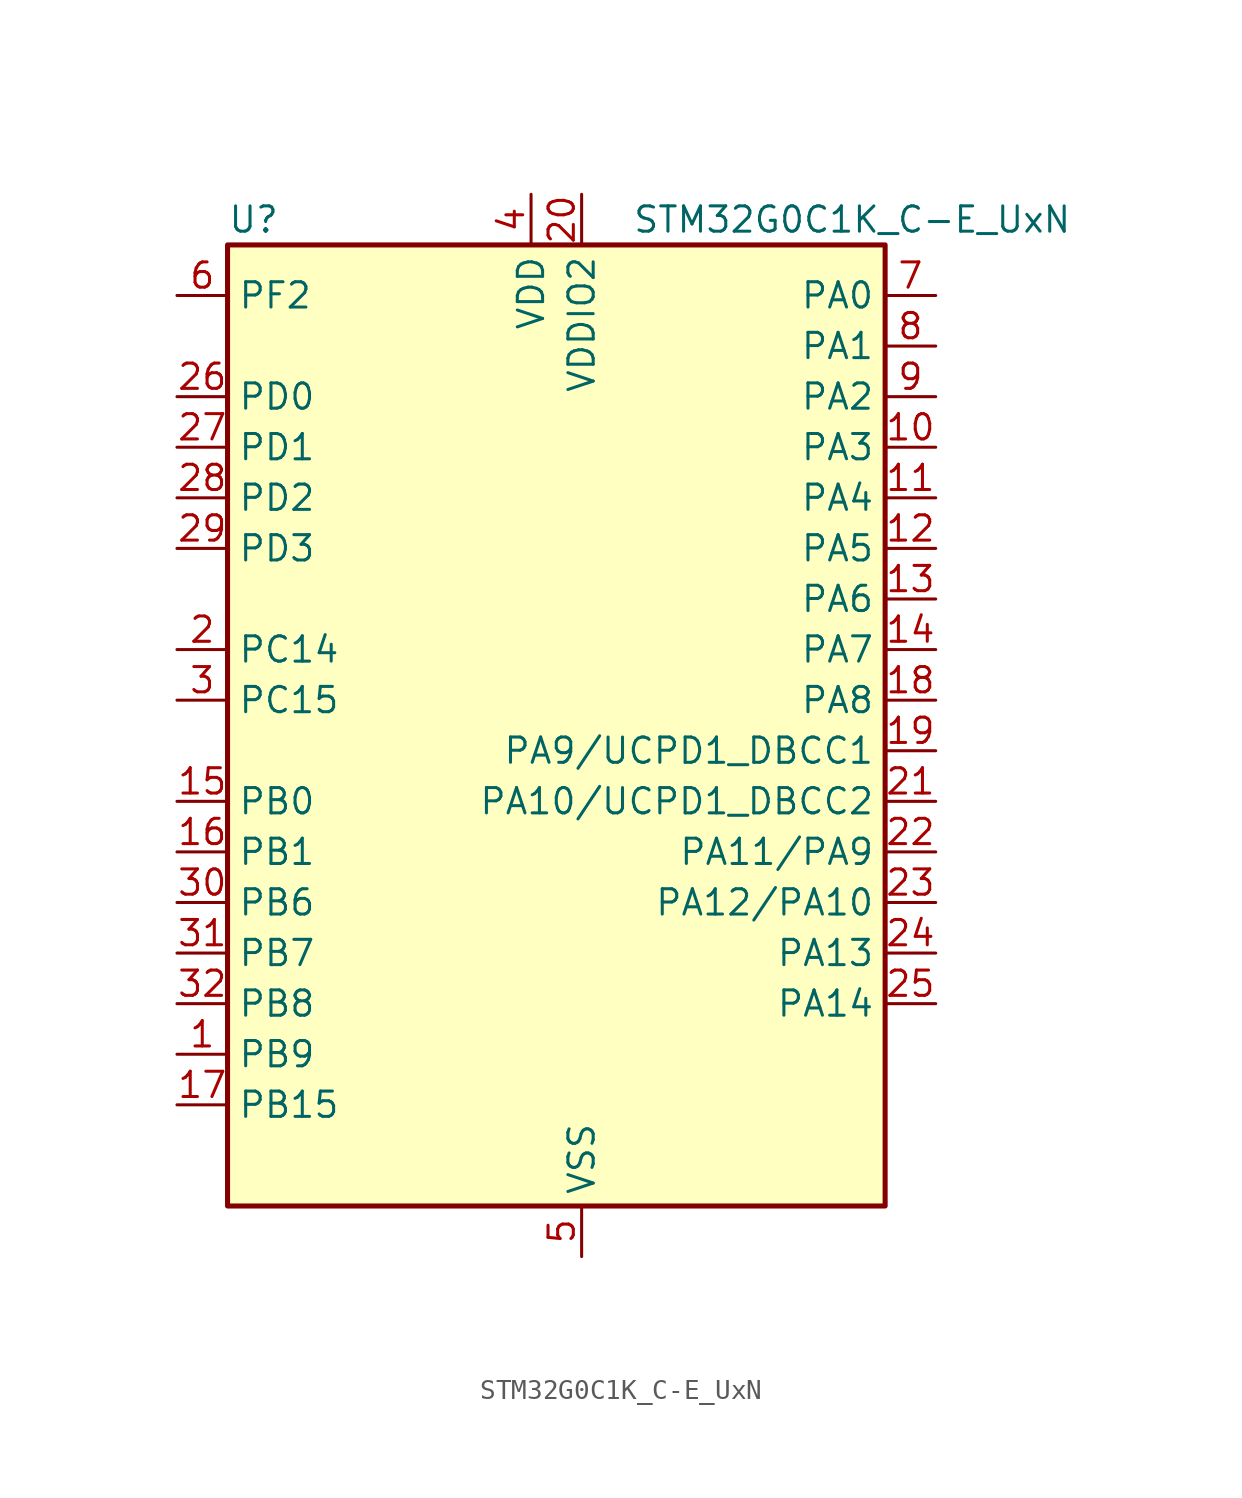
<source format=kicad_sym>
(kicad_symbol_lib
  (version 20211014)
  (generator kicad-library-utils)
  (symbol "STM32G0C1K_C-E_UxN"
    (property "Reference" "U"
      (at -15.24 26.67 0)
      (effects (font (size 1.27 1.27)) (justify left)))
    (property "Value" "STM32G0C1K_C-E_UxN"
      (at 5.08 26.67 0)
      (effects (font (size 1.27 1.27)) (justify left)))
    (property "ki_fp_filters" "QFN*1EP*5x5mm*P0.5mm*"
      (at 0.0 0.0 0.0)
      (effects (font (size 1.27 1.27))))
    (symbol "STM32G0C1K_C-E_UxN_0_1"
      (rectangle (start -15.24 -22.86) (end 17.78 25.4) (stroke (width 0.254)) (fill (type background))))
    (symbol "STM32G0C1K_C-E_UxN_1_1"
      (pin bidirectional line (at -17.78 22.86 0) (length 2.54) (name "PF2" (effects (font (size 1.27 1.27)))) (number "6" (effects (font (size 1.27 1.27)))) (alternate "LPUART2_DE" bidirectional line) (alternate "LPUART2_RTS" bidirectional line) (alternate "LPUART2_TX" bidirectional line) (alternate "RCC_MCO" bidirectional line))
      (pin bidirectional line (at -17.78 17.78 0) (length 2.54) (name "PD0" (effects (font (size 1.27 1.27)))) (number "26" (effects (font (size 1.27 1.27)))) (alternate "FDCAN1_RX" bidirectional line) (alternate "I2S2_WS" bidirectional line) (alternate "SPI2_NSS" bidirectional line) (alternate "TIM16_CH1" bidirectional line) (alternate "UCPD2_CC1" bidirectional line))
      (pin bidirectional line (at -17.78 15.24 0) (length 2.54) (name "PD1" (effects (font (size 1.27 1.27)))) (number "27" (effects (font (size 1.27 1.27)))) (alternate "FDCAN1_TX" bidirectional line) (alternate "I2S2_CK" bidirectional line) (alternate "SPI2_SCK" bidirectional line) (alternate "TIM17_CH1" bidirectional line) (alternate "UCPD2_DBCC1" bidirectional line))
      (pin bidirectional line (at -17.78 12.7 0) (length 2.54) (name "PD2" (effects (font (size 1.27 1.27)))) (number "28" (effects (font (size 1.27 1.27)))) (alternate "TIM1_CH1N" bidirectional line) (alternate "TIM3_ETR" bidirectional line) (alternate "UCPD2_CC2" bidirectional line) (alternate "USART3_CK" bidirectional line) (alternate "USART3_DE" bidirectional line) (alternate "USART3_RTS" bidirectional line) (alternate "USART5_RX" bidirectional line))
      (pin bidirectional line (at -17.78 10.16 0) (length 2.54) (name "PD3" (effects (font (size 1.27 1.27)))) (number "29" (effects (font (size 1.27 1.27)))) (alternate "I2S2_MCK" bidirectional line) (alternate "SPI2_MISO" bidirectional line) (alternate "TIM1_CH2N" bidirectional line) (alternate "UCPD2_DBCC2" bidirectional line) (alternate "USART2_CTS" bidirectional line) (alternate "USART2_NSS" bidirectional line) (alternate "USART5_TX" bidirectional line))
      (pin bidirectional line (at -17.78 5.08 0) (length 2.54) (name "PC14" (effects (font (size 1.27 1.27)))) (number "2" (effects (font (size 1.27 1.27)))) (alternate "RCC_OSC32_IN" bidirectional line) (alternate "RCC_OSC_IN" bidirectional line) (alternate "TIM1_BK2" bidirectional line))
      (pin bidirectional line (at -17.78 2.54 0) (length 2.54) (name "PC15" (effects (font (size 1.27 1.27)))) (number "3" (effects (font (size 1.27 1.27)))) (alternate "RCC_OSC32_EN" bidirectional line) (alternate "RCC_OSC32_OUT" bidirectional line) (alternate "RCC_OSC_EN" bidirectional line) (alternate "TIM15_BK" bidirectional line))
      (pin bidirectional line (at -17.78 -2.54 0) (length 2.54) (name "PB0" (effects (font (size 1.27 1.27)))) (number "15" (effects (font (size 1.27 1.27)))) (alternate "ADC1_IN8" bidirectional line) (alternate "COMP1_OUT" bidirectional line) (alternate "COMP3_INP" bidirectional line) (alternate "FDCAN2_RX" bidirectional line) (alternate "I2S1_WS" bidirectional line) (alternate "LPTIM1_OUT" bidirectional line) (alternate "LPUART2_CTS" bidirectional line) (alternate "SPI1_NSS" bidirectional line) (alternate "TIM1_CH2N" bidirectional line) (alternate "TIM3_CH3" bidirectional line) (alternate "UCPD1_FRSTX1" bidirectional line) (alternate "UCPD1_FRSTX2" bidirectional line) (alternate "USART3_RX" bidirectional line) (alternate "USART5_TX" bidirectional line))
      (pin bidirectional line (at -17.78 -5.08 0) (length 2.54) (name "PB1" (effects (font (size 1.27 1.27)))) (number "16" (effects (font (size 1.27 1.27)))) (alternate "ADC1_IN9" bidirectional line) (alternate "COMP1_INM" bidirectional line) (alternate "COMP3_OUT" bidirectional line) (alternate "FDCAN2_TX" bidirectional line) (alternate "LPTIM2_IN1" bidirectional line) (alternate "LPUART1_DE" bidirectional line) (alternate "LPUART1_RTS" bidirectional line) (alternate "LPUART2_DE" bidirectional line) (alternate "LPUART2_RTS" bidirectional line) (alternate "TIM14_CH1" bidirectional line) (alternate "TIM1_CH3N" bidirectional line) (alternate "TIM3_CH4" bidirectional line) (alternate "USART3_CK" bidirectional line) (alternate "USART3_DE" bidirectional line) (alternate "USART3_RTS" bidirectional line) (alternate "USART5_RX" bidirectional line))
      (pin bidirectional line (at -17.78 -7.62 0) (length 2.54) (name "PB6" (effects (font (size 1.27 1.27)))) (number "30" (effects (font (size 1.27 1.27)))) (alternate "COMP2_INP" bidirectional line) (alternate "FDCAN2_TX" bidirectional line) (alternate "I2C1_SCL" bidirectional line) (alternate "I2S2_MCK" bidirectional line) (alternate "LPTIM1_ETR" bidirectional line) (alternate "LPUART2_TX" bidirectional line) (alternate "SPI2_MISO" bidirectional line) (alternate "TIM16_CH1N" bidirectional line) (alternate "TIM1_CH3" bidirectional line) (alternate "TIM4_CH1" bidirectional line) (alternate "USART1_TX" bidirectional line) (alternate "USART5_CTS" bidirectional line) (alternate "USART5_NSS" bidirectional line))
      (pin bidirectional line (at -17.78 -10.16 0) (length 2.54) (name "PB7" (effects (font (size 1.27 1.27)))) (number "31" (effects (font (size 1.27 1.27)))) (alternate "COMP2_INM" bidirectional line) (alternate "I2C1_SDA" bidirectional line) (alternate "I2S2_SD" bidirectional line) (alternate "LPTIM1_IN2" bidirectional line) (alternate "LPUART2_RX" bidirectional line) (alternate "SPI2_MOSI" bidirectional line) (alternate "SYS_PVD_IN" bidirectional line) (alternate "TIM17_CH1N" bidirectional line) (alternate "TIM4_CH2" bidirectional line) (alternate "USART1_RX" bidirectional line) (alternate "USART4_CTS" bidirectional line) (alternate "USART4_NSS" bidirectional line))
      (pin bidirectional line (at -17.78 -12.7 0) (length 2.54) (name "PB8" (effects (font (size 1.27 1.27)))) (number "32" (effects (font (size 1.27 1.27)))) (alternate "CEC" bidirectional line) (alternate "FDCAN1_RX" bidirectional line) (alternate "I2C1_SCL" bidirectional line) (alternate "I2S2_CK" bidirectional line) (alternate "SPI2_SCK" bidirectional line) (alternate "TIM15_BK" bidirectional line) (alternate "TIM16_CH1" bidirectional line) (alternate "TIM4_CH3" bidirectional line) (alternate "USART3_TX" bidirectional line) (alternate "USART6_TX" bidirectional line))
      (pin bidirectional line (at -17.78 -15.24 0) (length 2.54) (name "PB9" (effects (font (size 1.27 1.27)))) (number "1" (effects (font (size 1.27 1.27)))) (alternate "DAC1_EXTI9" bidirectional line) (alternate "FDCAN1_TX" bidirectional line) (alternate "I2C1_SDA" bidirectional line) (alternate "I2S2_WS" bidirectional line) (alternate "IR_OUT" bidirectional line) (alternate "SPI2_NSS" bidirectional line) (alternate "TIM17_CH1" bidirectional line) (alternate "TIM4_CH4" bidirectional line) (alternate "UCPD2_FRSTX1" bidirectional line) (alternate "UCPD2_FRSTX2" bidirectional line) (alternate "USART3_RX" bidirectional line) (alternate "USART6_RX" bidirectional line))
      (pin bidirectional line (at -17.78 -17.78 0) (length 2.54) (name "PB15" (effects (font (size 1.27 1.27)))) (number "17" (effects (font (size 1.27 1.27)))) (alternate "I2S2_SD" bidirectional line) (alternate "RTC_REFIN" bidirectional line) (alternate "SPI2_MOSI" bidirectional line) (alternate "TIM15_CH1N" bidirectional line) (alternate "TIM15_CH2" bidirectional line) (alternate "TIM1_CH3N" bidirectional line) (alternate "UCPD1_CC2" bidirectional line) (alternate "USART6_CTS" bidirectional line) (alternate "USART6_NSS" bidirectional line))
      (pin bidirectional line (at 20.32 22.86 180) (length 2.54) (name "PA0" (effects (font (size 1.27 1.27)))) (number "7" (effects (font (size 1.27 1.27)))) (alternate "ADC1_IN0" bidirectional line) (alternate "COMP1_INM" bidirectional line) (alternate "COMP1_OUT" bidirectional line) (alternate "I2S2_CK" bidirectional line) (alternate "LPTIM1_OUT" bidirectional line) (alternate "RTC_TAMP_IN2" bidirectional line) (alternate "SPI2_SCK" bidirectional line) (alternate "SYS_WKUP1" bidirectional line) (alternate "TIM2_CH1" bidirectional line) (alternate "TIM2_ETR" bidirectional line) (alternate "UCPD2_FRSTX1" bidirectional line) (alternate "UCPD2_FRSTX2" bidirectional line) (alternate "USART2_CTS" bidirectional line) (alternate "USART2_NSS" bidirectional line) (alternate "USART4_TX" bidirectional line))
      (pin bidirectional line (at 20.32 20.32 180) (length 2.54) (name "PA1" (effects (font (size 1.27 1.27)))) (number "8" (effects (font (size 1.27 1.27)))) (alternate "ADC1_IN1" bidirectional line) (alternate "COMP1_INP" bidirectional line) (alternate "I2C1_SMBA" bidirectional line) (alternate "I2S1_CK" bidirectional line) (alternate "SPI1_SCK" bidirectional line) (alternate "TIM15_CH1N" bidirectional line) (alternate "TIM2_CH2" bidirectional line) (alternate "USART2_CK" bidirectional line) (alternate "USART2_DE" bidirectional line) (alternate "USART2_RTS" bidirectional line) (alternate "USART4_RX" bidirectional line))
      (pin bidirectional line (at 20.32 17.78 180) (length 2.54) (name "PA2" (effects (font (size 1.27 1.27)))) (number "9" (effects (font (size 1.27 1.27)))) (alternate "ADC1_IN2" bidirectional line) (alternate "COMP2_INM" bidirectional line) (alternate "COMP2_OUT" bidirectional line) (alternate "I2S1_SD" bidirectional line) (alternate "LPUART1_TX" bidirectional line) (alternate "RCC_LSCO" bidirectional line) (alternate "SPI1_MOSI" bidirectional line) (alternate "SYS_WKUP4" bidirectional line) (alternate "TIM15_CH1" bidirectional line) (alternate "TIM2_CH3" bidirectional line) (alternate "UCPD1_FRSTX1" bidirectional line) (alternate "UCPD1_FRSTX2" bidirectional line) (alternate "USART2_TX" bidirectional line))
      (pin bidirectional line (at 20.32 15.24 180) (length 2.54) (name "PA3" (effects (font (size 1.27 1.27)))) (number "10" (effects (font (size 1.27 1.27)))) (alternate "ADC1_IN3" bidirectional line) (alternate "COMP2_INP" bidirectional line) (alternate "I2S2_MCK" bidirectional line) (alternate "LPUART1_RX" bidirectional line) (alternate "SPI2_MISO" bidirectional line) (alternate "TIM15_CH2" bidirectional line) (alternate "TIM2_CH4" bidirectional line) (alternate "UCPD2_FRSTX1" bidirectional line) (alternate "UCPD2_FRSTX2" bidirectional line) (alternate "USART2_RX" bidirectional line))
      (pin bidirectional line (at 20.32 12.7 180) (length 2.54) (name "PA4" (effects (font (size 1.27 1.27)))) (number "11" (effects (font (size 1.27 1.27)))) (alternate "ADC1_IN4" bidirectional line) (alternate "DAC1_OUT1" bidirectional line) (alternate "I2S1_WS" bidirectional line) (alternate "I2S2_SD" bidirectional line) (alternate "LPTIM2_OUT" bidirectional line) (alternate "RTC_OUT1" bidirectional line) (alternate "RTC_TAMP_IN1" bidirectional line) (alternate "RTC_TS" bidirectional line) (alternate "SPI1_NSS" bidirectional line) (alternate "SPI2_MOSI" bidirectional line) (alternate "SYS_WKUP2" bidirectional line) (alternate "TIM14_CH1" bidirectional line) (alternate "UCPD2_FRSTX1" bidirectional line) (alternate "UCPD2_FRSTX2" bidirectional line) (alternate "USART6_TX" bidirectional line) (alternate "USB_NOE" bidirectional line))
      (pin bidirectional line (at 20.32 10.16 180) (length 2.54) (name "PA5" (effects (font (size 1.27 1.27)))) (number "12" (effects (font (size 1.27 1.27)))) (alternate "ADC1_IN5" bidirectional line) (alternate "CEC" bidirectional line) (alternate "DAC1_OUT2" bidirectional line) (alternate "I2S1_CK" bidirectional line) (alternate "LPTIM2_ETR" bidirectional line) (alternate "SPI1_SCK" bidirectional line) (alternate "TIM2_CH1" bidirectional line) (alternate "TIM2_ETR" bidirectional line) (alternate "UCPD1_FRSTX1" bidirectional line) (alternate "UCPD1_FRSTX2" bidirectional line) (alternate "USART3_TX" bidirectional line) (alternate "USART6_RX" bidirectional line))
      (pin bidirectional line (at 20.32 7.62 180) (length 2.54) (name "PA6" (effects (font (size 1.27 1.27)))) (number "13" (effects (font (size 1.27 1.27)))) (alternate "ADC1_IN6" bidirectional line) (alternate "COMP1_OUT" bidirectional line) (alternate "I2C2_SDA" bidirectional line) (alternate "I2C3_SDA" bidirectional line) (alternate "I2S1_MCK" bidirectional line) (alternate "LPUART1_CTS" bidirectional line) (alternate "SPI1_MISO" bidirectional line) (alternate "TIM16_CH1" bidirectional line) (alternate "TIM1_BK" bidirectional line) (alternate "TIM3_CH1" bidirectional line) (alternate "USART3_CTS" bidirectional line) (alternate "USART3_NSS" bidirectional line) (alternate "USART6_CTS" bidirectional line) (alternate "USART6_NSS" bidirectional line))
      (pin bidirectional line (at 20.32 5.08 180) (length 2.54) (name "PA7" (effects (font (size 1.27 1.27)))) (number "14" (effects (font (size 1.27 1.27)))) (alternate "ADC1_IN7" bidirectional line) (alternate "COMP2_OUT" bidirectional line) (alternate "I2C2_SCL" bidirectional line) (alternate "I2C3_SCL" bidirectional line) (alternate "I2S1_SD" bidirectional line) (alternate "SPI1_MOSI" bidirectional line) (alternate "TIM14_CH1" bidirectional line) (alternate "TIM17_CH1" bidirectional line) (alternate "TIM1_CH1N" bidirectional line) (alternate "TIM3_CH2" bidirectional line) (alternate "UCPD1_FRSTX1" bidirectional line) (alternate "UCPD1_FRSTX2" bidirectional line) (alternate "USART6_CK" bidirectional line) (alternate "USART6_DE" bidirectional line) (alternate "USART6_RTS" bidirectional line))
      (pin bidirectional line (at 20.32 2.54 180) (length 2.54) (name "PA8" (effects (font (size 1.27 1.27)))) (number "18" (effects (font (size 1.27 1.27)))) (alternate "CRS1_SYNC" bidirectional line) (alternate "I2C2_SMBA" bidirectional line) (alternate "I2S2_WS" bidirectional line) (alternate "LPTIM2_OUT" bidirectional line) (alternate "RCC_MCO" bidirectional line) (alternate "SPI2_NSS" bidirectional line) (alternate "TIM1_CH1" bidirectional line) (alternate "UCPD1_CC1" bidirectional line))
      (pin bidirectional line (at 20.32 0.0 180) (length 2.54) (name "PA9/UCPD1_DBCC1" (effects (font (size 1.27 1.27)))) (number "19" (effects (font (size 1.27 1.27)))) (alternate "DAC1_EXTI9" bidirectional line) (alternate "I2C1_SCL" bidirectional line) (alternate "I2C2_SCL" bidirectional line) (alternate "I2S2_MCK" bidirectional line) (alternate "RCC_MCO" bidirectional line) (alternate "SPI2_MISO" bidirectional line) (alternate "TIM15_BK" bidirectional line) (alternate "TIM1_CH2" bidirectional line) (alternate "UCPD1_DBCC1" bidirectional line) (alternate "USART1_TX" bidirectional line))
      (pin bidirectional line (at 20.32 -2.54 180) (length 2.54) (name "PA10/UCPD1_DBCC2" (effects (font (size 1.27 1.27)))) (number "21" (effects (font (size 1.27 1.27)))) (alternate "I2C1_SDA" bidirectional line) (alternate "I2C2_SDA" bidirectional line) (alternate "I2S2_SD" bidirectional line) (alternate "RCC_MCO_2" bidirectional line) (alternate "SPI2_MOSI" bidirectional line) (alternate "TIM17_BK" bidirectional line) (alternate "TIM1_CH3" bidirectional line) (alternate "UCPD1_DBCC2" bidirectional line) (alternate "USART1_RX" bidirectional line))
      (pin bidirectional line (at 20.32 -5.08 180) (length 2.54) (name "PA11/PA9" (effects (font (size 1.27 1.27)))) (number "22" (effects (font (size 1.27 1.27)))) (alternate "ADC1_EXTI11" bidirectional line) (alternate "COMP1_OUT" bidirectional line) (alternate "FDCAN1_RX" bidirectional line) (alternate "I2C2_SCL" bidirectional line) (alternate "I2S1_MCK" bidirectional line) (alternate "SPI1_MISO" bidirectional line) (alternate "TIM1_BK2" bidirectional line) (alternate "TIM1_CH4" bidirectional line) (alternate "USART1_CTS" bidirectional line) (alternate "USART1_NSS" bidirectional line) (alternate "USB_DM" bidirectional line))
      (pin bidirectional line (at 20.32 -7.62 180) (length 2.54) (name "PA12/PA10" (effects (font (size 1.27 1.27)))) (number "23" (effects (font (size 1.27 1.27)))) (alternate "COMP2_OUT" bidirectional line) (alternate "FDCAN1_TX" bidirectional line) (alternate "I2C2_SDA" bidirectional line) (alternate "I2S1_SD" bidirectional line) (alternate "I2S_CKIN" bidirectional line) (alternate "SPI1_MOSI" bidirectional line) (alternate "TIM1_ETR" bidirectional line) (alternate "USART1_CK" bidirectional line) (alternate "USART1_DE" bidirectional line) (alternate "USART1_RTS" bidirectional line) (alternate "USB_DP" bidirectional line))
      (pin bidirectional line (at 20.32 -10.16 180) (length 2.54) (name "PA13" (effects (font (size 1.27 1.27)))) (number "24" (effects (font (size 1.27 1.27)))) (alternate "IR_OUT" bidirectional line) (alternate "LPUART2_RX" bidirectional line) (alternate "SYS_SWDIO" bidirectional line) (alternate "USB_NOE" bidirectional line))
      (pin bidirectional line (at 20.32 -12.7 180) (length 2.54) (name "PA14" (effects (font (size 1.27 1.27)))) (number "25" (effects (font (size 1.27 1.27)))) (alternate "LPUART2_TX" bidirectional line) (alternate "SYS_SWCLK" bidirectional line) (alternate "USART2_TX" bidirectional line))
      (pin power_in line (at 0.0 27.94 270) (length 2.54) (name "VDD" (effects (font (size 1.27 1.27)))) (number "4" (effects (font (size 1.27 1.27)))))
      (pin power_in line (at 2.54 27.94 270) (length 2.54) (name "VDDIO2" (effects (font (size 1.27 1.27)))) (number "20" (effects (font (size 1.27 1.27)))))
      (pin power_in line (at 2.54 -25.4 90) (length 2.54) (name "VSS" (effects (font (size 1.27 1.27)))) (number "5" (effects (font (size 1.27 1.27)))))
      (pin passive line (at 2.54 -25.4 90) (length 2.54) hide (name "VSS" (effects (font (size 1.27 1.27)))) (number "33" (effects (font (size 1.27 1.27))))))))
</source>
